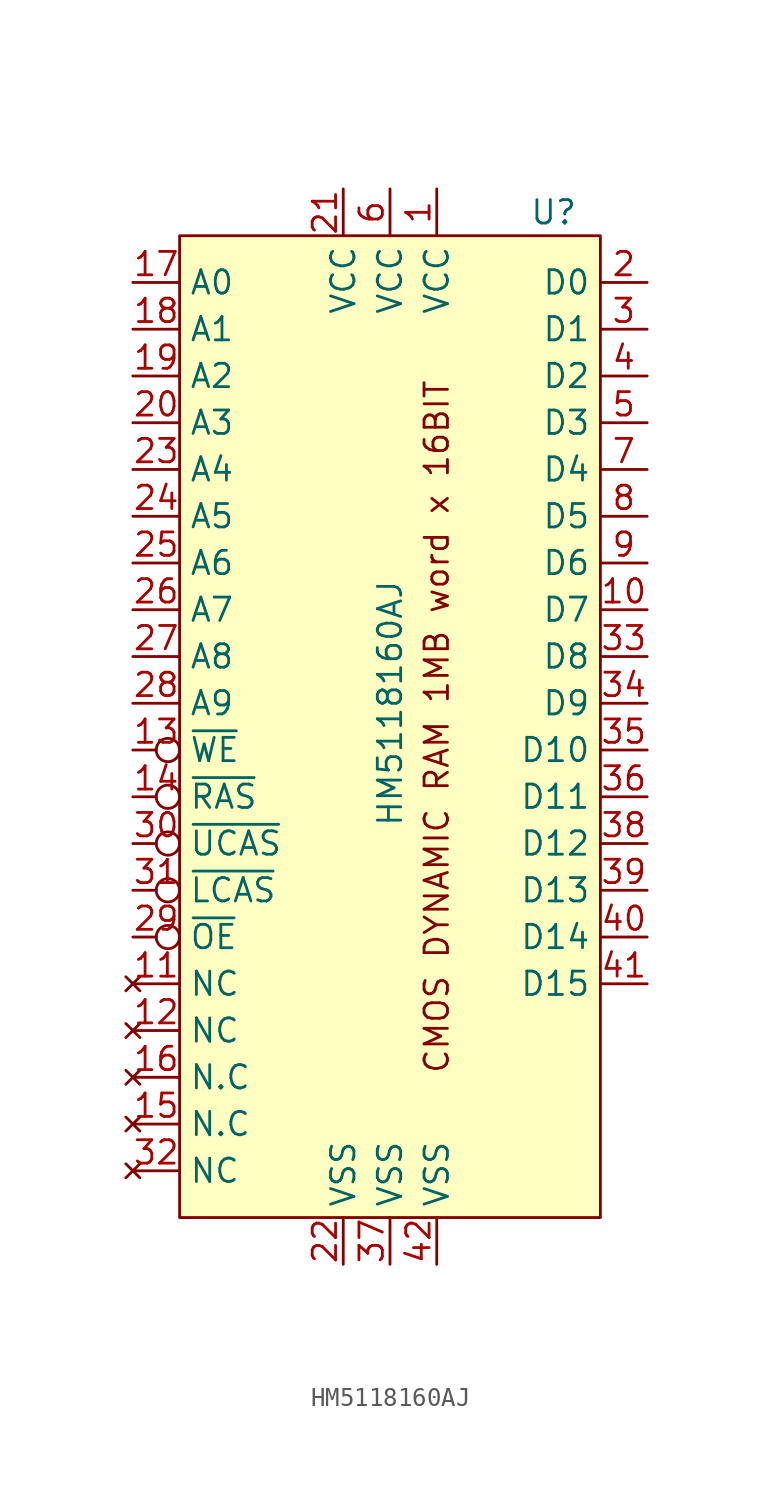
<source format=kicad_sym>
(kicad_symbol_lib
  (version 20211014)
  (generator kicad_symbol_editor)
  (symbol "HM5118160AJ"
    (property "Reference" "U"
      (at 8.89 26.67 0)
      (effects (font (size 1.27 1.27))))
    (property "Value" "HM5118160AJ"
      (at 0 0 90)
      (effects (font (size 1.27 1.27))))
    (symbol "HM5118160AJ_1_1"
      (rectangle (start -11.43 25.4) (end 11.43 -27.94) (stroke (width 0) (type default) (color 0 0 0 0)) (fill (type background)))
      (text "CMOS DYNAMIC RAM 1MB word x 16BIT" (at 2.54 -1.27 900) (effects (font (size 1.27 1.27))))
      (pin power_in line (at 2.54 27.94 270) (length 2.54) (name "VCC" (effects (font (size 1.27 1.27)))) (number "1" (effects (font (size 1.27 1.27)))))
      (pin tri_state line (at 13.97 5.08 180) (length 2.54) (name "D7" (effects (font (size 1.27 1.27)))) (number "10" (effects (font (size 1.27 1.27)))))
      (pin no_connect line (at -13.97 -15.24 0) (length 2.54) (name "NC" (effects (font (size 1.27 1.27)))) (number "11" (effects (font (size 1.27 1.27)))))
      (pin no_connect line (at -13.97 -17.78 0) (length 2.54) (name "NC" (effects (font (size 1.27 1.27)))) (number "12" (effects (font (size 1.27 1.27)))))
      (pin input inverted (at -13.97 -2.54 0) (length 2.54) (name "~{WE}" (effects (font (size 1.27 1.27)))) (number "13" (effects (font (size 1.27 1.27)))))
      (pin input inverted (at -13.97 -5.08 0) (length 2.54) (name "~{RAS}" (effects (font (size 1.27 1.27)))) (number "14" (effects (font (size 1.27 1.27)))))
      (pin no_connect line (at -13.97 -22.86 0) (length 2.54) (name "N.C" (effects (font (size 1.27 1.27)))) (number "15" (effects (font (size 1.27 1.27)))))
      (pin no_connect line (at -13.97 -20.32 0) (length 2.54) (name "N.C" (effects (font (size 1.27 1.27)))) (number "16" (effects (font (size 1.27 1.27)))))
      (pin input line (at -13.97 22.86 0) (length 2.54) (name "A0" (effects (font (size 1.27 1.27)))) (number "17" (effects (font (size 1.27 1.27)))))
      (pin input line (at -13.97 20.32 0) (length 2.54) (name "A1" (effects (font (size 1.27 1.27)))) (number "18" (effects (font (size 1.27 1.27)))))
      (pin input line (at -13.97 17.78 0) (length 2.54) (name "A2" (effects (font (size 1.27 1.27)))) (number "19" (effects (font (size 1.27 1.27)))))
      (pin tri_state line (at 13.97 22.86 180) (length 2.54) (name "D0" (effects (font (size 1.27 1.27)))) (number "2" (effects (font (size 1.27 1.27)))))
      (pin input line (at -13.97 15.24 0) (length 2.54) (name "A3" (effects (font (size 1.27 1.27)))) (number "20" (effects (font (size 1.27 1.27)))))
      (pin power_in line (at -2.54 27.94 270) (length 2.54) (name "VCC" (effects (font (size 1.27 1.27)))) (number "21" (effects (font (size 1.27 1.27)))))
      (pin power_in line (at -2.54 -30.48 90) (length 2.54) (name "VSS" (effects (font (size 1.27 1.27)))) (number "22" (effects (font (size 1.27 1.27)))))
      (pin input line (at -13.97 12.7 0) (length 2.54) (name "A4" (effects (font (size 1.27 1.27)))) (number "23" (effects (font (size 1.27 1.27)))))
      (pin input line (at -13.97 10.16 0) (length 2.54) (name "A5" (effects (font (size 1.27 1.27)))) (number "24" (effects (font (size 1.27 1.27)))))
      (pin input line (at -13.97 7.62 0) (length 2.54) (name "A6" (effects (font (size 1.27 1.27)))) (number "25" (effects (font (size 1.27 1.27)))))
      (pin input line (at -13.97 5.08 0) (length 2.54) (name "A7" (effects (font (size 1.27 1.27)))) (number "26" (effects (font (size 1.27 1.27)))))
      (pin input line (at -13.97 2.54 0) (length 2.54) (name "A8" (effects (font (size 1.27 1.27)))) (number "27" (effects (font (size 1.27 1.27)))))
      (pin input line (at -13.97 0 0) (length 2.54) (name "A9" (effects (font (size 1.27 1.27)))) (number "28" (effects (font (size 1.27 1.27)))))
      (pin input inverted (at -13.97 -12.7 0) (length 2.54) (name "~{OE}" (effects (font (size 1.27 1.27)))) (number "29" (effects (font (size 1.27 1.27)))))
      (pin tri_state line (at 13.97 20.32 180) (length 2.54) (name "D1" (effects (font (size 1.27 1.27)))) (number "3" (effects (font (size 1.27 1.27)))))
      (pin input inverted (at -13.97 -7.62 0) (length 2.54) (name "~{UCAS}" (effects (font (size 1.27 1.27)))) (number "30" (effects (font (size 1.27 1.27)))))
      (pin input inverted (at -13.97 -10.16 0) (length 2.54) (name "~{LCAS}" (effects (font (size 1.27 1.27)))) (number "31" (effects (font (size 1.27 1.27)))))
      (pin no_connect line (at -13.97 -25.4 0) (length 2.54) (name "NC" (effects (font (size 1.27 1.27)))) (number "32" (effects (font (size 1.27 1.27)))))
      (pin tri_state line (at 13.97 2.54 180) (length 2.54) (name "D8" (effects (font (size 1.27 1.27)))) (number "33" (effects (font (size 1.27 1.27)))))
      (pin tri_state line (at 13.97 0 180) (length 2.54) (name "D9" (effects (font (size 1.27 1.27)))) (number "34" (effects (font (size 1.27 1.27)))))
      (pin tri_state line (at 13.97 -2.54 180) (length 2.54) (name "D10" (effects (font (size 1.27 1.27)))) (number "35" (effects (font (size 1.27 1.27)))))
      (pin tri_state line (at 13.97 -5.08 180) (length 2.54) (name "D11" (effects (font (size 1.27 1.27)))) (number "36" (effects (font (size 1.27 1.27)))))
      (pin power_in line (at 0 -30.48 90) (length 2.54) (name "VSS" (effects (font (size 1.27 1.27)))) (number "37" (effects (font (size 1.27 1.27)))))
      (pin tri_state line (at 13.97 -7.62 180) (length 2.54) (name "D12" (effects (font (size 1.27 1.27)))) (number "38" (effects (font (size 1.27 1.27)))))
      (pin tri_state line (at 13.97 -10.16 180) (length 2.54) (name "D13" (effects (font (size 1.27 1.27)))) (number "39" (effects (font (size 1.27 1.27)))))
      (pin tri_state line (at 13.97 17.78 180) (length 2.54) (name "D2" (effects (font (size 1.27 1.27)))) (number "4" (effects (font (size 1.27 1.27)))))
      (pin tri_state line (at 13.97 -12.7 180) (length 2.54) (name "D14" (effects (font (size 1.27 1.27)))) (number "40" (effects (font (size 1.27 1.27)))))
      (pin tri_state line (at 13.97 -15.24 180) (length 2.54) (name "D15" (effects (font (size 1.27 1.27)))) (number "41" (effects (font (size 1.27 1.27)))))
      (pin power_in line (at 2.54 -30.48 90) (length 2.54) (name "VSS" (effects (font (size 1.27 1.27)))) (number "42" (effects (font (size 1.27 1.27)))))
      (pin tri_state line (at 13.97 15.24 180) (length 2.54) (name "D3" (effects (font (size 1.27 1.27)))) (number "5" (effects (font (size 1.27 1.27)))))
      (pin power_in line (at 0 27.94 270) (length 2.54) (name "VCC" (effects (font (size 1.27 1.27)))) (number "6" (effects (font (size 1.27 1.27)))))
      (pin tri_state line (at 13.97 12.7 180) (length 2.54) (name "D4" (effects (font (size 1.27 1.27)))) (number "7" (effects (font (size 1.27 1.27)))))
      (pin tri_state line (at 13.97 10.16 180) (length 2.54) (name "D5" (effects (font (size 1.27 1.27)))) (number "8" (effects (font (size 1.27 1.27)))))
      (pin tri_state line (at 13.97 7.62 180) (length 2.54) (name "D6" (effects (font (size 1.27 1.27)))) (number "9" (effects (font (size 1.27 1.27))))))))
</source>
